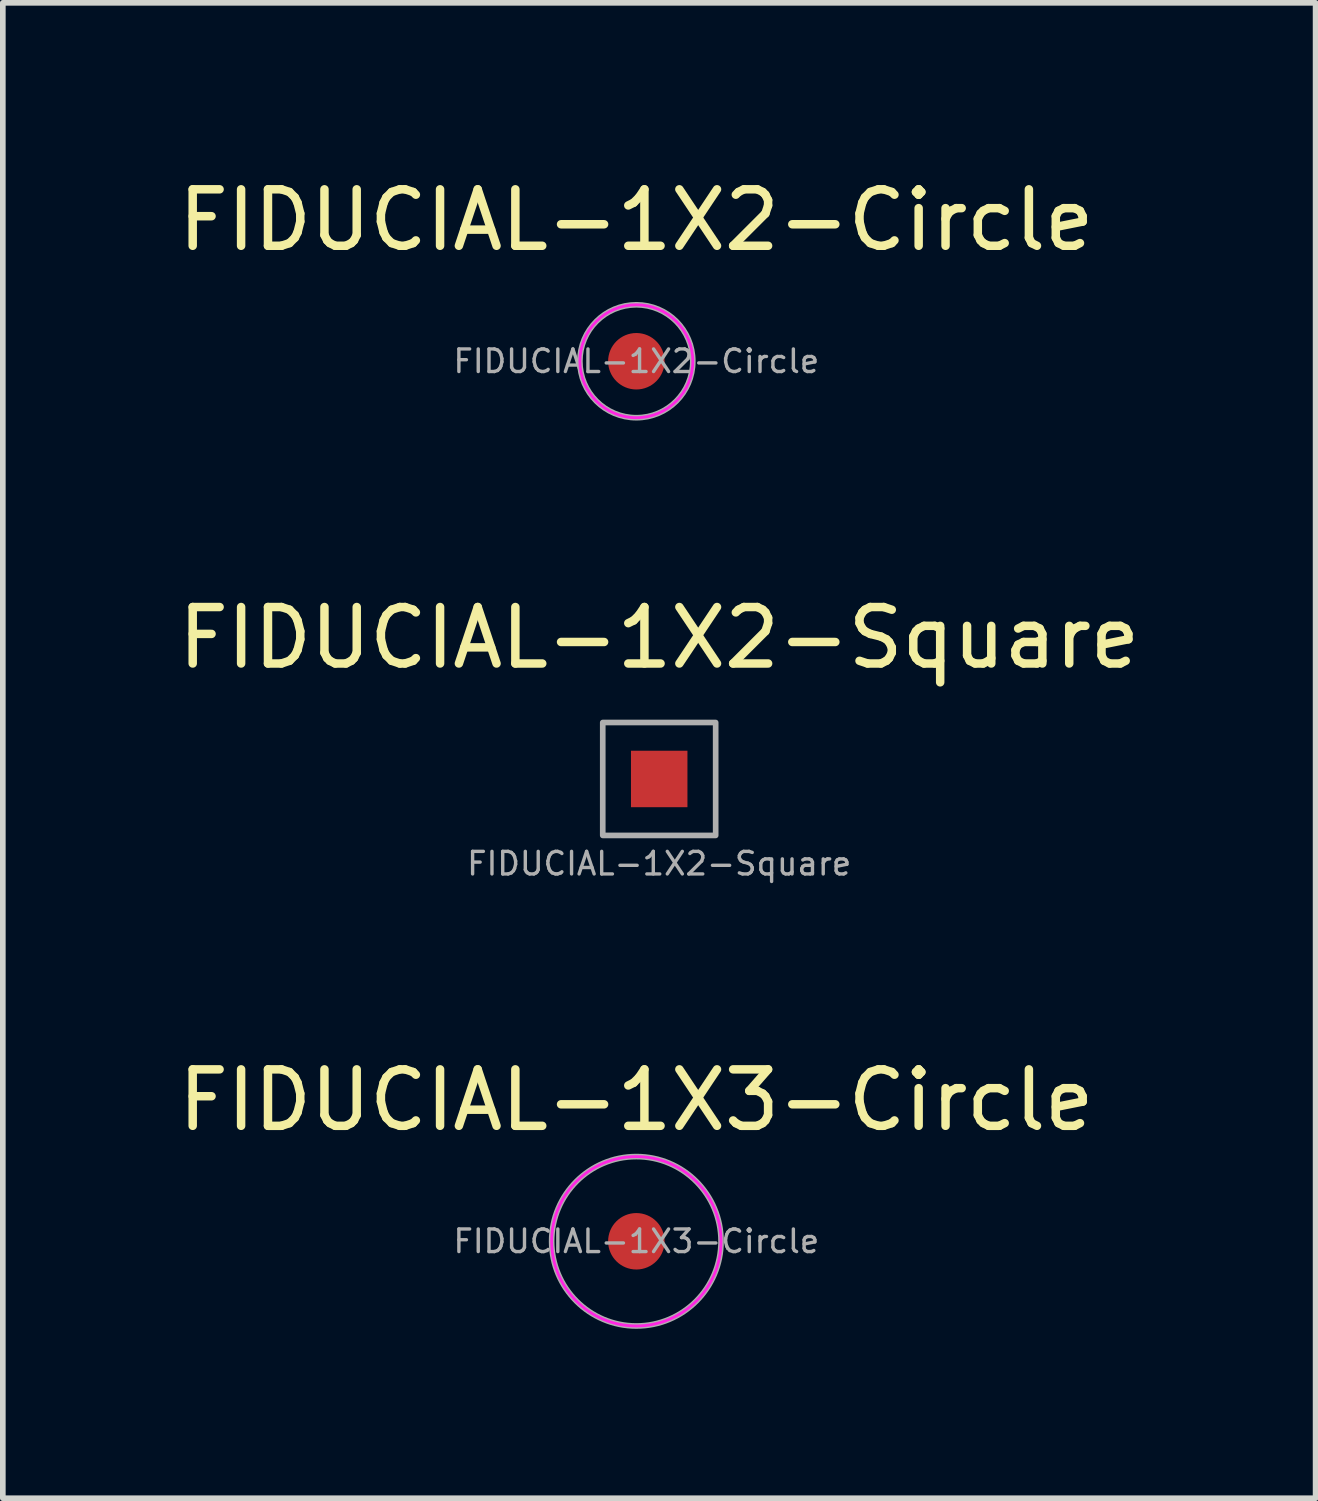
<source format=kicad_pcb>
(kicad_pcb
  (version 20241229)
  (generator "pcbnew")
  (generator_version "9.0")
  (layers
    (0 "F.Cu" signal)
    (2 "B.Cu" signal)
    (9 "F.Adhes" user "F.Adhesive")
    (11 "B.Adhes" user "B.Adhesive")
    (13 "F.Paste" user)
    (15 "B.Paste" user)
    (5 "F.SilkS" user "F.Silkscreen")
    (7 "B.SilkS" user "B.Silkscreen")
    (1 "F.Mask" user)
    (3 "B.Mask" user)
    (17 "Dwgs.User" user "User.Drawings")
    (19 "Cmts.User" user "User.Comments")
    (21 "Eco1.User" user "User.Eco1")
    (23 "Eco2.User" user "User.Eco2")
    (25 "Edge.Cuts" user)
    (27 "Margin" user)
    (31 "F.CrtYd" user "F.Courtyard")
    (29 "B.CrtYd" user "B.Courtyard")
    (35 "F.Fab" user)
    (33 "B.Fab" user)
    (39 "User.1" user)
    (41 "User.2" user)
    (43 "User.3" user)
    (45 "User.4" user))
  (footprint "FIDUCIAL-1X2-Square"
    (layer "F.Cu")
    (at 8.625 10.746)
    (property "Reference" "FIDUCIAL-1X2-Square" (at 0 -2.5 0) (layer "F.SilkS") (effects (font (size 1 1) (thickness 0.15))))
    (attr smd)
    (fp_rect (start -1 -1) (end 1 1) (stroke (width 0.1) (type default)) (fill no) (layer "F.Fab"))
    (fp_text user "${REFERENCE}" (at 0 1.5 0) (layer "F.Fab") (effects (font (size 0.4 0.4) (thickness 0.06))))
    (pad "" smd rect (at 0 0) (size 1 1) (property pad_prop_fiducial_glob) (layers "F.Cu" "F.Mask")))
  (footprint "FIDUCIAL-1X3-Circle"
    (layer "F.Cu")
    (at 8.22 18.934)
    (property "Reference" "FIDUCIAL-1X3-Circle" (at 0 -2.5 0) (layer "F.SilkS") (effects (font (size 1 1) (thickness 0.15))))
    (attr smd)
    (fp_circle (center 0 0) (end 1.5 0) (stroke (width 0.05) (type solid)) (fill no) (layer "F.CrtYd"))
    (fp_circle (center 0 0) (end 1.5 0) (stroke (width 0.1) (type solid)) (fill no) (layer "F.Fab"))
    (fp_text user "${REFERENCE}" (at 0 0 0) (layer "F.Fab") (effects (font (size 0.4 0.4) (thickness 0.06))))
    (pad "" smd circle (at 0 0) (size 1 1) (property pad_prop_fiducial_glob) (layers "F.Cu" "F.Mask")))
  (footprint "FIDUCIAL-1X2-Circle"
    (layer "F.Cu")
    (at 8.22 3.348)
    (property "Reference" "FIDUCIAL-1X2-Circle" (at 0 -2.5 0) (layer "F.SilkS") (effects (font (size 1 1) (thickness 0.15))))
    (attr smd)
    (fp_circle (center 0 0) (end 1 0) (stroke (width 0.05) (type solid)) (fill no) (layer "F.CrtYd"))
    (fp_circle (center 0 0) (end 1 0) (stroke (width 0.1) (type solid)) (fill no) (layer "F.Fab"))
    (fp_text user "${REFERENCE}" (at 0 0 0) (layer "F.Fab") (effects (font (size 0.4 0.4) (thickness 0.06))))
    (pad "" smd circle (at 0 0) (size 1 1) (property pad_prop_fiducial_glob) (layers "F.Cu" "F.Mask")))
  (gr_rect
    (start -3 -3)
    (end 20.25 23.484)
    (stroke (width 0.1) (type default))
    (fill no)
    (layer "Edge.Cuts")))
</source>
